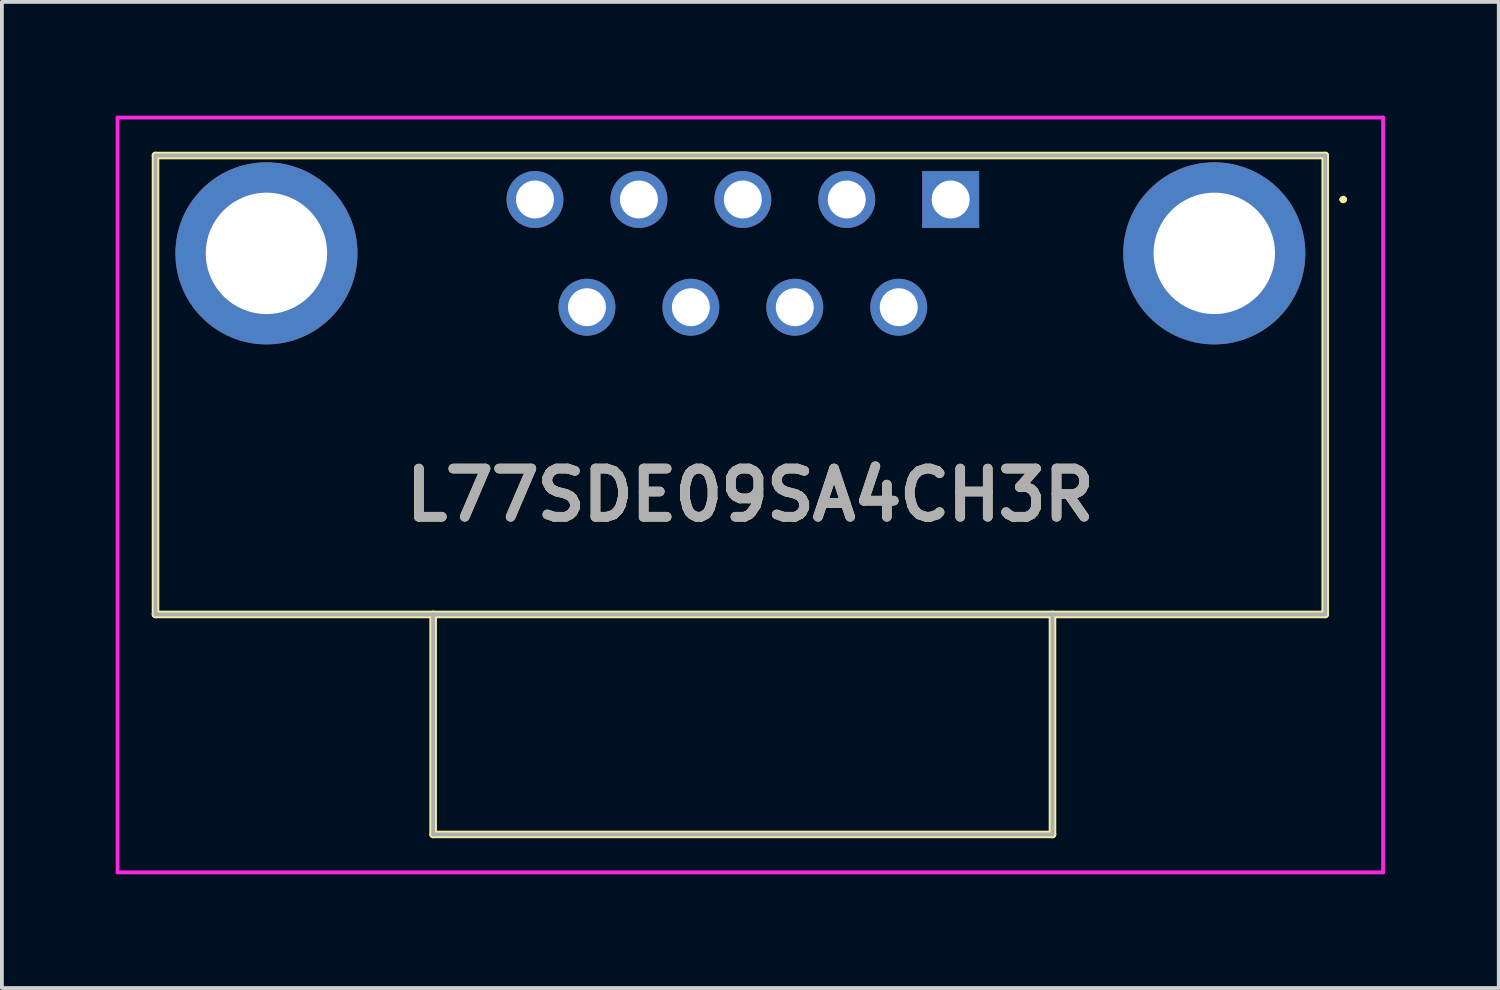
<source format=kicad_pcb>
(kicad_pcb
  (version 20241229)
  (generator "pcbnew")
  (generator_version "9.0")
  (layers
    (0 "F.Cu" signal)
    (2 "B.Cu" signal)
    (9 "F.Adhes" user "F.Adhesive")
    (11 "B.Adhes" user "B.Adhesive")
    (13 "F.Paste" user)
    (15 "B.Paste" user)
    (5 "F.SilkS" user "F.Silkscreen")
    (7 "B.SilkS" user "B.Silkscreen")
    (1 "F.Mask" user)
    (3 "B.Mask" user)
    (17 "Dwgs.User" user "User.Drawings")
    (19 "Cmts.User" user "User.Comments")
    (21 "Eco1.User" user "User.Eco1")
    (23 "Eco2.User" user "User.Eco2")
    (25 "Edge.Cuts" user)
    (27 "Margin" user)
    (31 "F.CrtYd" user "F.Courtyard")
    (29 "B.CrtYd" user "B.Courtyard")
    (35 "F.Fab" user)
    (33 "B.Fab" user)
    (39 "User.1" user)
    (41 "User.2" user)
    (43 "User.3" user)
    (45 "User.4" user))
  (footprint "L77SDE09SA4CH3R"
    (layer "F.Cu")
    (at 22.015 2.21)
    (property "Reference" "L77SDE09SA4CH3R" (at -5.282 7.79 0) (layer "F.SilkS") (effects (font (size 1.27 1.27) (thickness 0.254))))
    (attr through_hole)
    (fp_line (start -20.965 -1.16) (end 9.875 -1.16) (stroke (width 0.2) (type solid)) (layer "F.SilkS"))
    (fp_line (start -20.965 10.94) (end -20.965 -1.16) (stroke (width 0.2) (type solid)) (layer "F.SilkS"))
    (fp_line (start -13.645 10.94) (end -13.645 16.74) (stroke (width 0.2) (type solid)) (layer "F.SilkS"))
    (fp_line (start -13.645 16.74) (end 2.684 16.74) (stroke (width 0.2) (type solid)) (layer "F.SilkS"))
    (fp_line (start 2.684 16.74) (end 2.684 10.94) (stroke (width 0.2) (type solid)) (layer "F.SilkS"))
    (fp_line (start 9.875 -1.16) (end 9.875 10.94) (stroke (width 0.2) (type solid)) (layer "F.SilkS"))
    (fp_line (start 9.875 10.94) (end -20.965 10.94) (stroke (width 0.2) (type solid)) (layer "F.SilkS"))
    (fp_line (start 10.3 0) (end 10.3 0) (stroke (width 0.1) (type solid)) (layer "F.SilkS"))
    (fp_line (start 10.4 0) (end 10.4 0) (stroke (width 0.1) (type solid)) (layer "F.SilkS"))
    (fp_arc (start 10.3 0) (mid 10.35 -0.05) (end 10.4 0) (stroke (width 0.1) (type solid)) (layer "F.SilkS"))
    (fp_arc (start 10.4 0) (mid 10.35 0.05) (end 10.3 0) (stroke (width 0.1) (type solid)) (layer "F.SilkS"))
    (fp_line (start -21.965 -2.16) (end 11.4 -2.16) (stroke (width 0.1) (type solid)) (layer "F.CrtYd"))
    (fp_line (start -21.965 17.74) (end -21.965 -2.16) (stroke (width 0.1) (type solid)) (layer "F.CrtYd"))
    (fp_line (start 11.4 -2.16) (end 11.4 17.74) (stroke (width 0.1) (type solid)) (layer "F.CrtYd"))
    (fp_line (start 11.4 17.74) (end -21.965 17.74) (stroke (width 0.1) (type solid)) (layer "F.CrtYd"))
    (fp_line (start -20.965 -1.16) (end -20.965 10.94) (stroke (width 0.1) (type solid)) (layer "F.Fab"))
    (fp_line (start -20.965 10.94) (end 9.875 10.94) (stroke (width 0.1) (type solid)) (layer "F.Fab"))
    (fp_line (start -13.645 10.94) (end -13.645 16.74) (stroke (width 0.1) (type solid)) (layer "F.Fab"))
    (fp_line (start -13.645 16.74) (end 2.684 16.74) (stroke (width 0.1) (type solid)) (layer "F.Fab"))
    (fp_line (start 2.684 16.74) (end 2.684 10.94) (stroke (width 0.1) (type solid)) (layer "F.Fab"))
    (fp_line (start 9.875 -1.16) (end -20.965 -1.16) (stroke (width 0.1) (type solid)) (layer "F.Fab"))
    (fp_line (start 9.875 10.94) (end 9.875 -1.16) (stroke (width 0.1) (type solid)) (layer "F.Fab"))
    (fp_text user "${REFERENCE}" (at -5.282 7.79 0) (layer "F.Fab") (effects (font (size 1.27 1.27) (thickness 0.254))))
    (pad "1" thru_hole rect (at 0 0) (size 1.5 1.5) (drill 1) (layers "*.Cu" "*.Mask"))
    (pad "2" thru_hole circle (at -2.74 0) (size 1.5 1.5) (drill 1) (layers "*.Cu" "*.Mask"))
    (pad "3" thru_hole circle (at -5.48 0) (size 1.5 1.5) (drill 1) (layers "*.Cu" "*.Mask"))
    (pad "4" thru_hole circle (at -8.22 0) (size 1.5 1.5) (drill 1) (layers "*.Cu" "*.Mask"))
    (pad "5" thru_hole circle (at -10.96 0) (size 1.5 1.5) (drill 1) (layers "*.Cu" "*.Mask"))
    (pad "6" thru_hole circle (at -1.37 2.84) (size 1.5 1.5) (drill 1) (layers "*.Cu" "*.Mask"))
    (pad "7" thru_hole circle (at -4.11 2.84) (size 1.5 1.5) (drill 1) (layers "*.Cu" "*.Mask"))
    (pad "8" thru_hole circle (at -6.85 2.84) (size 1.5 1.5) (drill 1) (layers "*.Cu" "*.Mask"))
    (pad "9" thru_hole circle (at -9.59 2.84) (size 1.5 1.5) (drill 1) (layers "*.Cu" "*.Mask"))
    (pad "MH1" thru_hole circle (at 6.95 1.42) (size 4.8 4.8) (drill 3.2) (layers "*.Cu" "*.Mask"))
    (pad "MH2" thru_hole circle (at -18.04 1.42) (size 4.8 4.8) (drill 3.2) (layers "*.Cu" "*.Mask")))
  (gr_rect
    (start -3 -3)
    (end 36.465 23)
    (stroke (width 0.1) (type default))
    (fill no)
    (layer "Edge.Cuts")))
</source>
